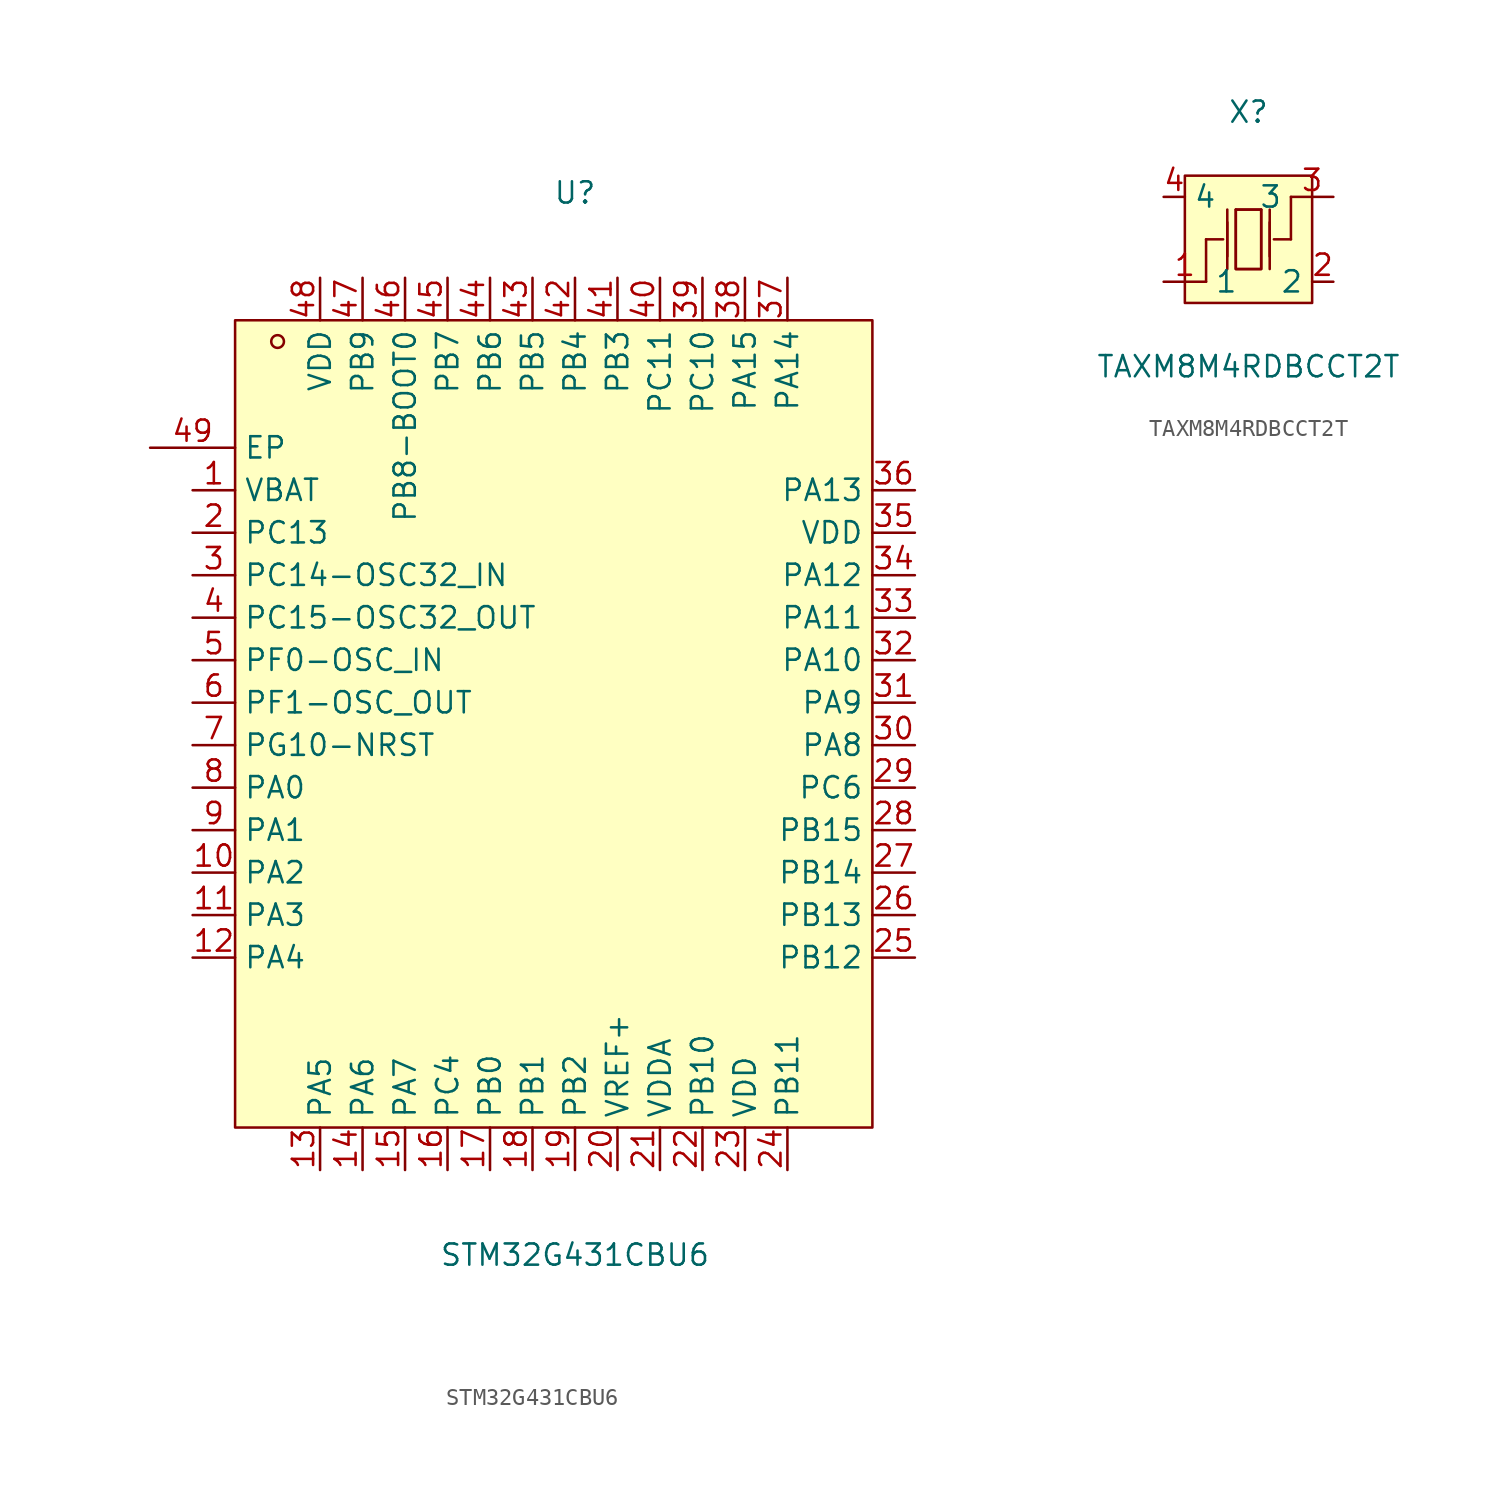
<source format=kicad_sym>
(kicad_symbol_lib
  (version 20211014)
  (generator https://github.com/uPesy/easyeda2kicad.py)
  (symbol "STM32G431CBU6"
    (property "Reference" "U"
      (at 0 33.02 0)
      (effects (font (size 1.27 1.27))))
    (property "Value" "STM32G431CBU6"
      (at 0 -30.48 0)
      (effects (font (size 1.27 1.27))))
    (symbol "STM32G431CBU6_0_1"
      (rectangle (start -20.32 25.40) (end 17.78 -22.86) (stroke (width 0) (type default) (color 0 0 0 0)) (fill (type background)))
      (circle (center -17.78 24.13) (radius 0.38) (stroke (width 0) (type default) (color 0 0 0 0)) (fill (type none)))
      (pin unspecified line (at -15.24 27.94 270) (length 2.54) (name "VDD" (effects (font (size 1.27 1.27)))) (number "48" (effects (font (size 1.27 1.27)))))
      (pin unspecified line (at -12.70 27.94 270) (length 2.54) (name "PB9" (effects (font (size 1.27 1.27)))) (number "47" (effects (font (size 1.27 1.27)))))
      (pin unspecified line (at -10.16 27.94 270) (length 2.54) (name "PB8-BOOT0" (effects (font (size 1.27 1.27)))) (number "46" (effects (font (size 1.27 1.27)))))
      (pin unspecified line (at -7.62 27.94 270) (length 2.54) (name "PB7" (effects (font (size 1.27 1.27)))) (number "45" (effects (font (size 1.27 1.27)))))
      (pin unspecified line (at -5.08 27.94 270) (length 2.54) (name "PB6" (effects (font (size 1.27 1.27)))) (number "44" (effects (font (size 1.27 1.27)))))
      (pin unspecified line (at -2.54 27.94 270) (length 2.54) (name "PB5" (effects (font (size 1.27 1.27)))) (number "43" (effects (font (size 1.27 1.27)))))
      (pin unspecified line (at 0.00 27.94 270) (length 2.54) (name "PB4" (effects (font (size 1.27 1.27)))) (number "42" (effects (font (size 1.27 1.27)))))
      (pin unspecified line (at 2.54 27.94 270) (length 2.54) (name "PB3" (effects (font (size 1.27 1.27)))) (number "41" (effects (font (size 1.27 1.27)))))
      (pin unspecified line (at 5.08 27.94 270) (length 2.54) (name "PC11" (effects (font (size 1.27 1.27)))) (number "40" (effects (font (size 1.27 1.27)))))
      (pin unspecified line (at 7.62 27.94 270) (length 2.54) (name "PC10" (effects (font (size 1.27 1.27)))) (number "39" (effects (font (size 1.27 1.27)))))
      (pin unspecified line (at 10.16 27.94 270) (length 2.54) (name "PA15" (effects (font (size 1.27 1.27)))) (number "38" (effects (font (size 1.27 1.27)))))
      (pin unspecified line (at 12.70 27.94 270) (length 2.54) (name "PA14" (effects (font (size 1.27 1.27)))) (number "37" (effects (font (size 1.27 1.27)))))
      (pin unspecified line (at 20.32 15.24 180) (length 2.54) (name "PA13" (effects (font (size 1.27 1.27)))) (number "36" (effects (font (size 1.27 1.27)))))
      (pin unspecified line (at 20.32 12.70 180) (length 2.54) (name "VDD" (effects (font (size 1.27 1.27)))) (number "35" (effects (font (size 1.27 1.27)))))
      (pin unspecified line (at 20.32 10.16 180) (length 2.54) (name "PA12" (effects (font (size 1.27 1.27)))) (number "34" (effects (font (size 1.27 1.27)))))
      (pin unspecified line (at 20.32 7.62 180) (length 2.54) (name "PA11" (effects (font (size 1.27 1.27)))) (number "33" (effects (font (size 1.27 1.27)))))
      (pin unspecified line (at 20.32 5.08 180) (length 2.54) (name "PA10" (effects (font (size 1.27 1.27)))) (number "32" (effects (font (size 1.27 1.27)))))
      (pin unspecified line (at 20.32 2.54 180) (length 2.54) (name "PA9" (effects (font (size 1.27 1.27)))) (number "31" (effects (font (size 1.27 1.27)))))
      (pin unspecified line (at 20.32 -0.00 180) (length 2.54) (name "PA8" (effects (font (size 1.27 1.27)))) (number "30" (effects (font (size 1.27 1.27)))))
      (pin unspecified line (at 20.32 -2.54 180) (length 2.54) (name "PC6" (effects (font (size 1.27 1.27)))) (number "29" (effects (font (size 1.27 1.27)))))
      (pin unspecified line (at 20.32 -5.08 180) (length 2.54) (name "PB15" (effects (font (size 1.27 1.27)))) (number "28" (effects (font (size 1.27 1.27)))))
      (pin unspecified line (at 20.32 -7.62 180) (length 2.54) (name "PB14" (effects (font (size 1.27 1.27)))) (number "27" (effects (font (size 1.27 1.27)))))
      (pin unspecified line (at 20.32 -10.16 180) (length 2.54) (name "PB13" (effects (font (size 1.27 1.27)))) (number "26" (effects (font (size 1.27 1.27)))))
      (pin unspecified line (at 20.32 -12.70 180) (length 2.54) (name "PB12" (effects (font (size 1.27 1.27)))) (number "25" (effects (font (size 1.27 1.27)))))
      (pin unspecified line (at 12.70 -25.40 90) (length 2.54) (name "PB11" (effects (font (size 1.27 1.27)))) (number "24" (effects (font (size 1.27 1.27)))))
      (pin unspecified line (at 10.16 -25.40 90) (length 2.54) (name "VDD" (effects (font (size 1.27 1.27)))) (number "23" (effects (font (size 1.27 1.27)))))
      (pin unspecified line (at 7.62 -25.40 90) (length 2.54) (name "PB10" (effects (font (size 1.27 1.27)))) (number "22" (effects (font (size 1.27 1.27)))))
      (pin unspecified line (at 5.08 -25.40 90) (length 2.54) (name "VDDA" (effects (font (size 1.27 1.27)))) (number "21" (effects (font (size 1.27 1.27)))))
      (pin unspecified line (at 2.54 -25.40 90) (length 2.54) (name "VREF+" (effects (font (size 1.27 1.27)))) (number "20" (effects (font (size 1.27 1.27)))))
      (pin unspecified line (at 0.00 -25.40 90) (length 2.54) (name "PB2" (effects (font (size 1.27 1.27)))) (number "19" (effects (font (size 1.27 1.27)))))
      (pin unspecified line (at -2.54 -25.40 90) (length 2.54) (name "PB1" (effects (font (size 1.27 1.27)))) (number "18" (effects (font (size 1.27 1.27)))))
      (pin unspecified line (at -5.08 -25.40 90) (length 2.54) (name "PB0" (effects (font (size 1.27 1.27)))) (number "17" (effects (font (size 1.27 1.27)))))
      (pin unspecified line (at -7.62 -25.40 90) (length 2.54) (name "PC4" (effects (font (size 1.27 1.27)))) (number "16" (effects (font (size 1.27 1.27)))))
      (pin unspecified line (at -10.16 -25.40 90) (length 2.54) (name "PA7" (effects (font (size 1.27 1.27)))) (number "15" (effects (font (size 1.27 1.27)))))
      (pin unspecified line (at -12.70 -25.40 90) (length 2.54) (name "PA6" (effects (font (size 1.27 1.27)))) (number "14" (effects (font (size 1.27 1.27)))))
      (pin unspecified line (at -15.24 -25.40 90) (length 2.54) (name "PA5" (effects (font (size 1.27 1.27)))) (number "13" (effects (font (size 1.27 1.27)))))
      (pin unspecified line (at -22.86 -12.70 0) (length 2.54) (name "PA4" (effects (font (size 1.27 1.27)))) (number "12" (effects (font (size 1.27 1.27)))))
      (pin unspecified line (at -22.86 -10.16 0) (length 2.54) (name "PA3" (effects (font (size 1.27 1.27)))) (number "11" (effects (font (size 1.27 1.27)))))
      (pin unspecified line (at -22.86 -7.62 0) (length 2.54) (name "PA2" (effects (font (size 1.27 1.27)))) (number "10" (effects (font (size 1.27 1.27)))))
      (pin unspecified line (at -22.86 -5.08 0) (length 2.54) (name "PA1" (effects (font (size 1.27 1.27)))) (number "9" (effects (font (size 1.27 1.27)))))
      (pin unspecified line (at -22.86 -2.54 0) (length 2.54) (name "PA0" (effects (font (size 1.27 1.27)))) (number "8" (effects (font (size 1.27 1.27)))))
      (pin unspecified line (at -22.86 -0.00 0) (length 2.54) (name "PG10-NRST" (effects (font (size 1.27 1.27)))) (number "7" (effects (font (size 1.27 1.27)))))
      (pin unspecified line (at -22.86 2.54 0) (length 2.54) (name "PF1-OSC_OUT" (effects (font (size 1.27 1.27)))) (number "6" (effects (font (size 1.27 1.27)))))
      (pin unspecified line (at -22.86 5.08 0) (length 2.54) (name "PF0-OSC_IN" (effects (font (size 1.27 1.27)))) (number "5" (effects (font (size 1.27 1.27)))))
      (pin unspecified line (at -22.86 7.62 0) (length 2.54) (name "PC15-OSC32_OUT" (effects (font (size 1.27 1.27)))) (number "4" (effects (font (size 1.27 1.27)))))
      (pin unspecified line (at -22.86 10.16 0) (length 2.54) (name "PC14-OSC32_IN" (effects (font (size 1.27 1.27)))) (number "3" (effects (font (size 1.27 1.27)))))
      (pin unspecified line (at -22.86 12.70 0) (length 2.54) (name "PC13" (effects (font (size 1.27 1.27)))) (number "2" (effects (font (size 1.27 1.27)))))
      (pin unspecified line (at -22.86 15.24 0) (length 2.54) (name "VBAT" (effects (font (size 1.27 1.27)))) (number "1" (effects (font (size 1.27 1.27)))))
      (pin unspecified line (at -25.40 17.78 0) (length 5.08) (name "EP" (effects (font (size 1.27 1.27)))) (number "49" (effects (font (size 1.27 1.27)))))))
  (symbol "TAXM8M4RDBCCT2T"
    (property "Reference" "X"
      (at 0 7.62 0)
      (effects (font (size 1.27 1.27))))
    (property "Value" "TAXM8M4RDBCCT2T"
      (at 0 -7.62 0)
      (effects (font (size 1.27 1.27))))
    (symbol "TAXM8M4RDBCCT2T_0_1"
      (rectangle (start -3.81 3.81) (end 3.81 -3.81) (stroke (width 0) (type default) (color 0 0 0 0)) (fill (type background)))
      (polyline (pts (xy 2.54 -0.00) (xy 2.54 2.54)) (stroke (width 0) (type default) (color 0 0 0 0)) (fill (type none)))
      (polyline (pts (xy -2.54 -2.54) (xy -2.54 -0.00)) (stroke (width 0) (type default) (color 0 0 0 0)) (fill (type none)))
      (polyline (pts (xy 1.27 1.02) (xy 1.27 -1.02)) (stroke (width 0) (type default) (color 0 0 0 0)) (fill (type none)))
      (polyline (pts (xy -0.76 1.78) (xy 0.76 1.78)) (stroke (width 0) (type default) (color 0 0 0 0)) (fill (type none)))
      (polyline (pts (xy -1.27 1.02) (xy -1.27 -1.02)) (stroke (width 0) (type default) (color 0 0 0 0)) (fill (type none)))
      (polyline (pts (xy 0.76 1.78) (xy 0.76 -1.78) (xy -0.76 -1.78) (xy -0.76 1.78)) (stroke (width 0) (type default) (color 0 0 0 0)) (fill (type none)))
      (polyline (pts (xy -2.54 -0.00) (xy -1.52 -0.00)) (stroke (width 0) (type default) (color 0 0 0 0)) (fill (type none)))
      (polyline (pts (xy 2.54 -0.00) (xy 1.52 -0.00)) (stroke (width 0) (type default) (color 0 0 0 0)) (fill (type none)))
      (polyline (pts (xy -1.27 1.78) (xy -1.27 -1.78)) (stroke (width 0) (type default) (color 0 0 0 0)) (fill (type none)))
      (polyline (pts (xy 1.27 1.78) (xy 1.27 -1.78)) (stroke (width 0) (type default) (color 0 0 0 0)) (fill (type none)))
      (polyline (pts (xy -0.76 -1.78) (xy -0.76 1.78) (xy 0.76 1.78) (xy 0.76 -1.78) (xy -0.76 -1.78)) (stroke (width 0) (type default) (color 0 0 0 0)) (fill (type background)))
      (pin input line (at -5.08 2.54 0) (length 1.27) (name "4" (effects (font (size 1.27 1.27)))) (number "4" (effects (font (size 1.27 1.27)))))
      (pin input line (at 5.08 -2.54 180) (length 1.27) (name "2" (effects (font (size 1.27 1.27)))) (number "2" (effects (font (size 1.27 1.27)))))
      (pin input line (at 5.08 2.54 180) (length 2.54) (name "3" (effects (font (size 1.27 1.27)))) (number "3" (effects (font (size 1.27 1.27)))))
      (pin input line (at -5.08 -2.54 0) (length 2.54) (name "1" (effects (font (size 1.27 1.27)))) (number "1" (effects (font (size 1.27 1.27))))))))
</source>
